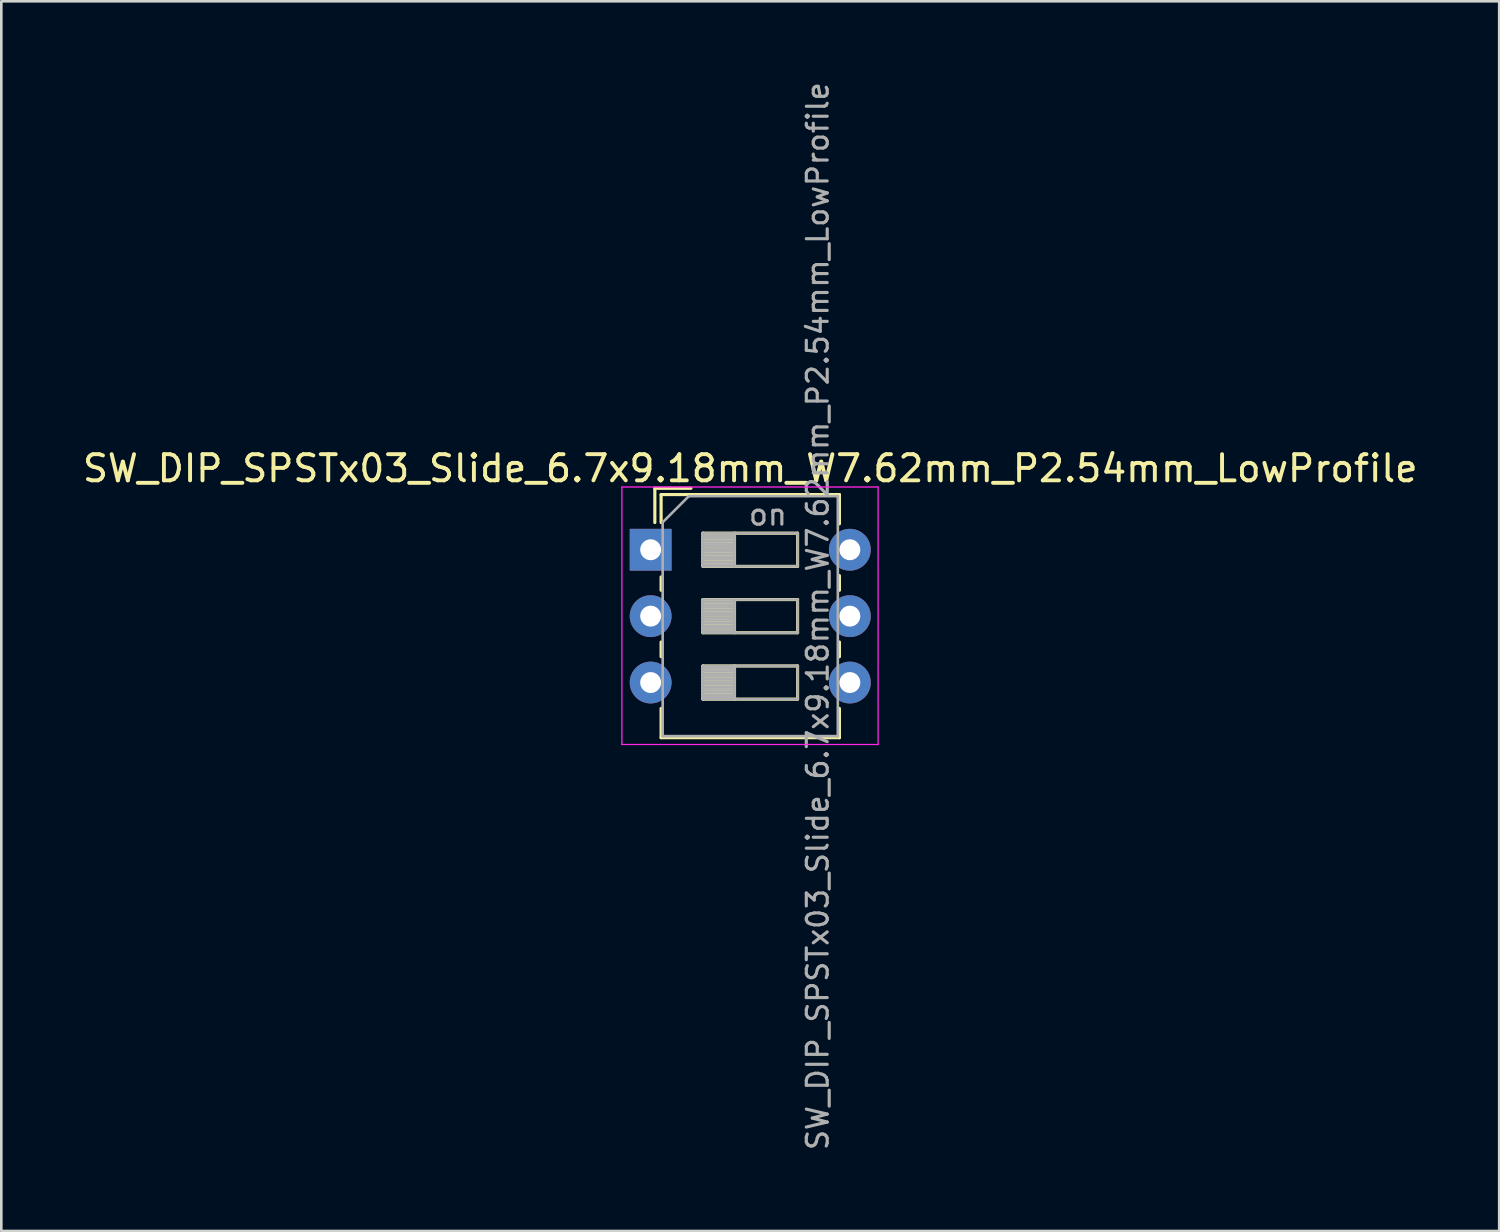
<source format=kicad_pcb>
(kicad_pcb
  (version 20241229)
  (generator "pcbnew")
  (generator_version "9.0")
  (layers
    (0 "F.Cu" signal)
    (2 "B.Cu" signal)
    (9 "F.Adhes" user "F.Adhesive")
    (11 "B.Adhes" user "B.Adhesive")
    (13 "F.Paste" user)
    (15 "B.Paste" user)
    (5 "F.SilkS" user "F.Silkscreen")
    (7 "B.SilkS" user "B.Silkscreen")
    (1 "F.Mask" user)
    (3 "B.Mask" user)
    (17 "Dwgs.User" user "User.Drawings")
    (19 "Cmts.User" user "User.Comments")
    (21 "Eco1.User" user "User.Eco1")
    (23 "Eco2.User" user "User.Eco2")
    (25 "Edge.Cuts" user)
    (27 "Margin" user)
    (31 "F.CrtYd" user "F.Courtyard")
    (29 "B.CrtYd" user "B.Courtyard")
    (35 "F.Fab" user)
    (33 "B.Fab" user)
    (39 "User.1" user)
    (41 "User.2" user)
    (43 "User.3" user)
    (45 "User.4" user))
  (footprint "SW_DIP_SPSTx03_Slide_6.7x9.18mm_W7.62mm_P2.54mm_LowProfile"
    (layer "F.Cu")
    (at 21.839 17.979)
    (property "Reference" "SW_DIP_SPSTx03_Slide_6.7x9.18mm_W7.62mm_P2.54mm_LowProfile" (at 3.81 -3.11 0) (layer "F.SilkS") (effects (font (size 1 1) (thickness 0.15))))
    (attr through_hole)
    (fp_line (start 0.16 -2.35) (end 0.16 -1.04) (stroke (width 0.12) (type solid)) (layer "F.SilkS"))
    (fp_line (start 0.16 -2.35) (end 1.543 -2.35) (stroke (width 0.12) (type solid)) (layer "F.SilkS"))
    (fp_line (start 0.4 -2.11) (end 0.4 -1.04) (stroke (width 0.12) (type solid)) (layer "F.SilkS"))
    (fp_line (start 0.4 -2.11) (end 7.221 -2.11) (stroke (width 0.12) (type solid)) (layer "F.SilkS"))
    (fp_line (start 0.4 1.04) (end 0.4 1.551) (stroke (width 0.12) (type solid)) (layer "F.SilkS"))
    (fp_line (start 0.4 3.53) (end 0.4 4.091) (stroke (width 0.12) (type solid)) (layer "F.SilkS"))
    (fp_line (start 0.4 6.07) (end 0.4 7.19) (stroke (width 0.12) (type solid)) (layer "F.SilkS"))
    (fp_line (start 0.4 7.19) (end 7.221 7.19) (stroke (width 0.12) (type solid)) (layer "F.SilkS"))
    (fp_line (start 2 -0.635) (end 2 0.635) (stroke (width 0.12) (type solid)) (layer "F.SilkS"))
    (fp_line (start 2 -0.515) (end 3.207 -0.515) (stroke (width 0.12) (type solid)) (layer "F.SilkS"))
    (fp_line (start 2 -0.395) (end 3.207 -0.395) (stroke (width 0.12) (type solid)) (layer "F.SilkS"))
    (fp_line (start 2 -0.275) (end 3.207 -0.275) (stroke (width 0.12) (type solid)) (layer "F.SilkS"))
    (fp_line (start 2 -0.155) (end 3.207 -0.155) (stroke (width 0.12) (type solid)) (layer "F.SilkS"))
    (fp_line (start 2 -0.035) (end 3.207 -0.035) (stroke (width 0.12) (type solid)) (layer "F.SilkS"))
    (fp_line (start 2 0.085) (end 3.207 0.085) (stroke (width 0.12) (type solid)) (layer "F.SilkS"))
    (fp_line (start 2 0.205) (end 3.207 0.205) (stroke (width 0.12) (type solid)) (layer "F.SilkS"))
    (fp_line (start 2 0.325) (end 3.207 0.325) (stroke (width 0.12) (type solid)) (layer "F.SilkS"))
    (fp_line (start 2 0.445) (end 3.207 0.445) (stroke (width 0.12) (type solid)) (layer "F.SilkS"))
    (fp_line (start 2 0.565) (end 3.207 0.565) (stroke (width 0.12) (type solid)) (layer "F.SilkS"))
    (fp_line (start 2 0.635) (end 5.62 0.635) (stroke (width 0.12) (type solid)) (layer "F.SilkS"))
    (fp_line (start 2 1.905) (end 2 3.175) (stroke (width 0.12) (type solid)) (layer "F.SilkS"))
    (fp_line (start 2 2.025) (end 3.207 2.025) (stroke (width 0.12) (type solid)) (layer "F.SilkS"))
    (fp_line (start 2 2.145) (end 3.207 2.145) (stroke (width 0.12) (type solid)) (layer "F.SilkS"))
    (fp_line (start 2 2.265) (end 3.207 2.265) (stroke (width 0.12) (type solid)) (layer "F.SilkS"))
    (fp_line (start 2 2.385) (end 3.207 2.385) (stroke (width 0.12) (type solid)) (layer "F.SilkS"))
    (fp_line (start 2 2.505) (end 3.207 2.505) (stroke (width 0.12) (type solid)) (layer "F.SilkS"))
    (fp_line (start 2 2.625) (end 3.207 2.625) (stroke (width 0.12) (type solid)) (layer "F.SilkS"))
    (fp_line (start 2 2.745) (end 3.207 2.745) (stroke (width 0.12) (type solid)) (layer "F.SilkS"))
    (fp_line (start 2 2.865) (end 3.207 2.865) (stroke (width 0.12) (type solid)) (layer "F.SilkS"))
    (fp_line (start 2 2.985) (end 3.207 2.985) (stroke (width 0.12) (type solid)) (layer "F.SilkS"))
    (fp_line (start 2 3.105) (end 3.207 3.105) (stroke (width 0.12) (type solid)) (layer "F.SilkS"))
    (fp_line (start 2 3.175) (end 5.62 3.175) (stroke (width 0.12) (type solid)) (layer "F.SilkS"))
    (fp_line (start 2 4.445) (end 2 5.715) (stroke (width 0.12) (type solid)) (layer "F.SilkS"))
    (fp_line (start 2 4.565) (end 3.207 4.565) (stroke (width 0.12) (type solid)) (layer "F.SilkS"))
    (fp_line (start 2 4.685) (end 3.207 4.685) (stroke (width 0.12) (type solid)) (layer "F.SilkS"))
    (fp_line (start 2 4.805) (end 3.207 4.805) (stroke (width 0.12) (type solid)) (layer "F.SilkS"))
    (fp_line (start 2 4.925) (end 3.207 4.925) (stroke (width 0.12) (type solid)) (layer "F.SilkS"))
    (fp_line (start 2 5.045) (end 3.207 5.045) (stroke (width 0.12) (type solid)) (layer "F.SilkS"))
    (fp_line (start 2 5.165) (end 3.207 5.165) (stroke (width 0.12) (type solid)) (layer "F.SilkS"))
    (fp_line (start 2 5.285) (end 3.207 5.285) (stroke (width 0.12) (type solid)) (layer "F.SilkS"))
    (fp_line (start 2 5.405) (end 3.207 5.405) (stroke (width 0.12) (type solid)) (layer "F.SilkS"))
    (fp_line (start 2 5.525) (end 3.207 5.525) (stroke (width 0.12) (type solid)) (layer "F.SilkS"))
    (fp_line (start 2 5.645) (end 3.207 5.645) (stroke (width 0.12) (type solid)) (layer "F.SilkS"))
    (fp_line (start 2 5.715) (end 5.62 5.715) (stroke (width 0.12) (type solid)) (layer "F.SilkS"))
    (fp_line (start 3.207 -0.635) (end 3.207 0.635) (stroke (width 0.12) (type solid)) (layer "F.SilkS"))
    (fp_line (start 3.207 1.905) (end 3.207 3.175) (stroke (width 0.12) (type solid)) (layer "F.SilkS"))
    (fp_line (start 3.207 4.445) (end 3.207 5.715) (stroke (width 0.12) (type solid)) (layer "F.SilkS"))
    (fp_line (start 5.62 -0.635) (end 2 -0.635) (stroke (width 0.12) (type solid)) (layer "F.SilkS"))
    (fp_line (start 5.62 0.635) (end 5.62 -0.635) (stroke (width 0.12) (type solid)) (layer "F.SilkS"))
    (fp_line (start 5.62 1.905) (end 2 1.905) (stroke (width 0.12) (type solid)) (layer "F.SilkS"))
    (fp_line (start 5.62 3.175) (end 5.62 1.905) (stroke (width 0.12) (type solid)) (layer "F.SilkS"))
    (fp_line (start 5.62 4.445) (end 2 4.445) (stroke (width 0.12) (type solid)) (layer "F.SilkS"))
    (fp_line (start 5.62 5.715) (end 5.62 4.445) (stroke (width 0.12) (type solid)) (layer "F.SilkS"))
    (fp_line (start 7.221 -2.11) (end 7.221 -0.99) (stroke (width 0.12) (type solid)) (layer "F.SilkS"))
    (fp_line (start 7.221 0.99) (end 7.221 1.551) (stroke (width 0.12) (type solid)) (layer "F.SilkS"))
    (fp_line (start 7.221 3.53) (end 7.221 4.091) (stroke (width 0.12) (type solid)) (layer "F.SilkS"))
    (fp_line (start 7.221 6.07) (end 7.221 7.19) (stroke (width 0.12) (type solid)) (layer "F.SilkS"))
    (fp_line (start -1.1 -2.4) (end -1.1 7.45) (stroke (width 0.05) (type solid)) (layer "F.CrtYd"))
    (fp_line (start -1.1 7.45) (end 8.7 7.45) (stroke (width 0.05) (type solid)) (layer "F.CrtYd"))
    (fp_line (start 8.7 -2.4) (end -1.1 -2.4) (stroke (width 0.05) (type solid)) (layer "F.CrtYd"))
    (fp_line (start 8.7 7.45) (end 8.7 -2.4) (stroke (width 0.05) (type solid)) (layer "F.CrtYd"))
    (fp_line (start 0.46 -1.05) (end 1.46 -2.05) (stroke (width 0.1) (type solid)) (layer "F.Fab"))
    (fp_line (start 0.46 7.13) (end 0.46 -1.05) (stroke (width 0.1) (type solid)) (layer "F.Fab"))
    (fp_line (start 1.46 -2.05) (end 7.16 -2.05) (stroke (width 0.1) (type solid)) (layer "F.Fab"))
    (fp_line (start 2 -0.635) (end 2 0.635) (stroke (width 0.1) (type solid)) (layer "F.Fab"))
    (fp_line (start 2 -0.535) (end 3.207 -0.535) (stroke (width 0.1) (type solid)) (layer "F.Fab"))
    (fp_line (start 2 -0.435) (end 3.207 -0.435) (stroke (width 0.1) (type solid)) (layer "F.Fab"))
    (fp_line (start 2 -0.335) (end 3.207 -0.335) (stroke (width 0.1) (type solid)) (layer "F.Fab"))
    (fp_line (start 2 -0.235) (end 3.207 -0.235) (stroke (width 0.1) (type solid)) (layer "F.Fab"))
    (fp_line (start 2 -0.135) (end 3.207 -0.135) (stroke (width 0.1) (type solid)) (layer "F.Fab"))
    (fp_line (start 2 -0.035) (end 3.207 -0.035) (stroke (width 0.1) (type solid)) (layer "F.Fab"))
    (fp_line (start 2 0.065) (end 3.207 0.065) (stroke (width 0.1) (type solid)) (layer "F.Fab"))
    (fp_line (start 2 0.165) (end 3.207 0.165) (stroke (width 0.1) (type solid)) (layer "F.Fab"))
    (fp_line (start 2 0.265) (end 3.207 0.265) (stroke (width 0.1) (type solid)) (layer "F.Fab"))
    (fp_line (start 2 0.365) (end 3.207 0.365) (stroke (width 0.1) (type solid)) (layer "F.Fab"))
    (fp_line (start 2 0.465) (end 3.207 0.465) (stroke (width 0.1) (type solid)) (layer "F.Fab"))
    (fp_line (start 2 0.565) (end 3.207 0.565) (stroke (width 0.1) (type solid)) (layer "F.Fab"))
    (fp_line (start 2 0.635) (end 5.62 0.635) (stroke (width 0.1) (type solid)) (layer "F.Fab"))
    (fp_line (start 2 1.905) (end 2 3.175) (stroke (width 0.1) (type solid)) (layer "F.Fab"))
    (fp_line (start 2 2.005) (end 3.207 2.005) (stroke (width 0.1) (type solid)) (layer "F.Fab"))
    (fp_line (start 2 2.105) (end 3.207 2.105) (stroke (width 0.1) (type solid)) (layer "F.Fab"))
    (fp_line (start 2 2.205) (end 3.207 2.205) (stroke (width 0.1) (type solid)) (layer "F.Fab"))
    (fp_line (start 2 2.305) (end 3.207 2.305) (stroke (width 0.1) (type solid)) (layer "F.Fab"))
    (fp_line (start 2 2.405) (end 3.207 2.405) (stroke (width 0.1) (type solid)) (layer "F.Fab"))
    (fp_line (start 2 2.505) (end 3.207 2.505) (stroke (width 0.1) (type solid)) (layer "F.Fab"))
    (fp_line (start 2 2.605) (end 3.207 2.605) (stroke (width 0.1) (type solid)) (layer "F.Fab"))
    (fp_line (start 2 2.705) (end 3.207 2.705) (stroke (width 0.1) (type solid)) (layer "F.Fab"))
    (fp_line (start 2 2.805) (end 3.207 2.805) (stroke (width 0.1) (type solid)) (layer "F.Fab"))
    (fp_line (start 2 2.905) (end 3.207 2.905) (stroke (width 0.1) (type solid)) (layer "F.Fab"))
    (fp_line (start 2 3.005) (end 3.207 3.005) (stroke (width 0.1) (type solid)) (layer "F.Fab"))
    (fp_line (start 2 3.105) (end 3.207 3.105) (stroke (width 0.1) (type solid)) (layer "F.Fab"))
    (fp_line (start 2 3.175) (end 5.62 3.175) (stroke (width 0.1) (type solid)) (layer "F.Fab"))
    (fp_line (start 2 4.445) (end 2 5.715) (stroke (width 0.1) (type solid)) (layer "F.Fab"))
    (fp_line (start 2 4.545) (end 3.207 4.545) (stroke (width 0.1) (type solid)) (layer "F.Fab"))
    (fp_line (start 2 4.645) (end 3.207 4.645) (stroke (width 0.1) (type solid)) (layer "F.Fab"))
    (fp_line (start 2 4.745) (end 3.207 4.745) (stroke (width 0.1) (type solid)) (layer "F.Fab"))
    (fp_line (start 2 4.845) (end 3.207 4.845) (stroke (width 0.1) (type solid)) (layer "F.Fab"))
    (fp_line (start 2 4.945) (end 3.207 4.945) (stroke (width 0.1) (type solid)) (layer "F.Fab"))
    (fp_line (start 2 5.045) (end 3.207 5.045) (stroke (width 0.1) (type solid)) (layer "F.Fab"))
    (fp_line (start 2 5.145) (end 3.207 5.145) (stroke (width 0.1) (type solid)) (layer "F.Fab"))
    (fp_line (start 2 5.245) (end 3.207 5.245) (stroke (width 0.1) (type solid)) (layer "F.Fab"))
    (fp_line (start 2 5.345) (end 3.207 5.345) (stroke (width 0.1) (type solid)) (layer "F.Fab"))
    (fp_line (start 2 5.445) (end 3.207 5.445) (stroke (width 0.1) (type solid)) (layer "F.Fab"))
    (fp_line (start 2 5.545) (end 3.207 5.545) (stroke (width 0.1) (type solid)) (layer "F.Fab"))
    (fp_line (start 2 5.645) (end 3.207 5.645) (stroke (width 0.1) (type solid)) (layer "F.Fab"))
    (fp_line (start 2 5.715) (end 5.62 5.715) (stroke (width 0.1) (type solid)) (layer "F.Fab"))
    (fp_line (start 3.207 -0.635) (end 3.207 0.635) (stroke (width 0.1) (type solid)) (layer "F.Fab"))
    (fp_line (start 3.207 1.905) (end 3.207 3.175) (stroke (width 0.1) (type solid)) (layer "F.Fab"))
    (fp_line (start 3.207 4.445) (end 3.207 5.715) (stroke (width 0.1) (type solid)) (layer "F.Fab"))
    (fp_line (start 5.62 -0.635) (end 2 -0.635) (stroke (width 0.1) (type solid)) (layer "F.Fab"))
    (fp_line (start 5.62 0.635) (end 5.62 -0.635) (stroke (width 0.1) (type solid)) (layer "F.Fab"))
    (fp_line (start 5.62 1.905) (end 2 1.905) (stroke (width 0.1) (type solid)) (layer "F.Fab"))
    (fp_line (start 5.62 3.175) (end 5.62 1.905) (stroke (width 0.1) (type solid)) (layer "F.Fab"))
    (fp_line (start 5.62 4.445) (end 2 4.445) (stroke (width 0.1) (type solid)) (layer "F.Fab"))
    (fp_line (start 5.62 5.715) (end 5.62 4.445) (stroke (width 0.1) (type solid)) (layer "F.Fab"))
    (fp_line (start 7.16 -2.05) (end 7.16 7.13) (stroke (width 0.1) (type solid)) (layer "F.Fab"))
    (fp_line (start 7.16 7.13) (end 0.46 7.13) (stroke (width 0.1) (type solid)) (layer "F.Fab"))
    (fp_text user "on" (at 4.485 -1.343 0) (layer "F.Fab") (effects (font (size 0.8 0.8) (thickness 0.12))))
    (fp_text user "${REFERENCE}" (at 6.39 2.54 90) (layer "F.Fab") (effects (font (size 0.8 0.8) (thickness 0.12))))
    (pad "1" thru_hole rect (at 0 0) (size 1.6 1.6) (drill 0.8) (layers "*.Cu" "*.Mask"))
    (pad "2" thru_hole oval (at 0 2.54) (size 1.6 1.6) (drill 0.8) (layers "*.Cu" "*.Mask"))
    (pad "3" thru_hole oval (at 0 5.08) (size 1.6 1.6) (drill 0.8) (layers "*.Cu" "*.Mask"))
    (pad "4" thru_hole oval (at 7.62 5.08) (size 1.6 1.6) (drill 0.8) (layers "*.Cu" "*.Mask"))
    (pad "5" thru_hole oval (at 7.62 2.54) (size 1.6 1.6) (drill 0.8) (layers "*.Cu" "*.Mask"))
    (pad "6" thru_hole oval (at 7.62 0) (size 1.6 1.6) (drill 0.8) (layers "*.Cu" "*.Mask")))
  (gr_rect
    (start -3 -3)
    (end 54.298 44.038)
    (stroke (width 0.1) (type default))
    (fill no)
    (layer "Edge.Cuts")))
</source>
